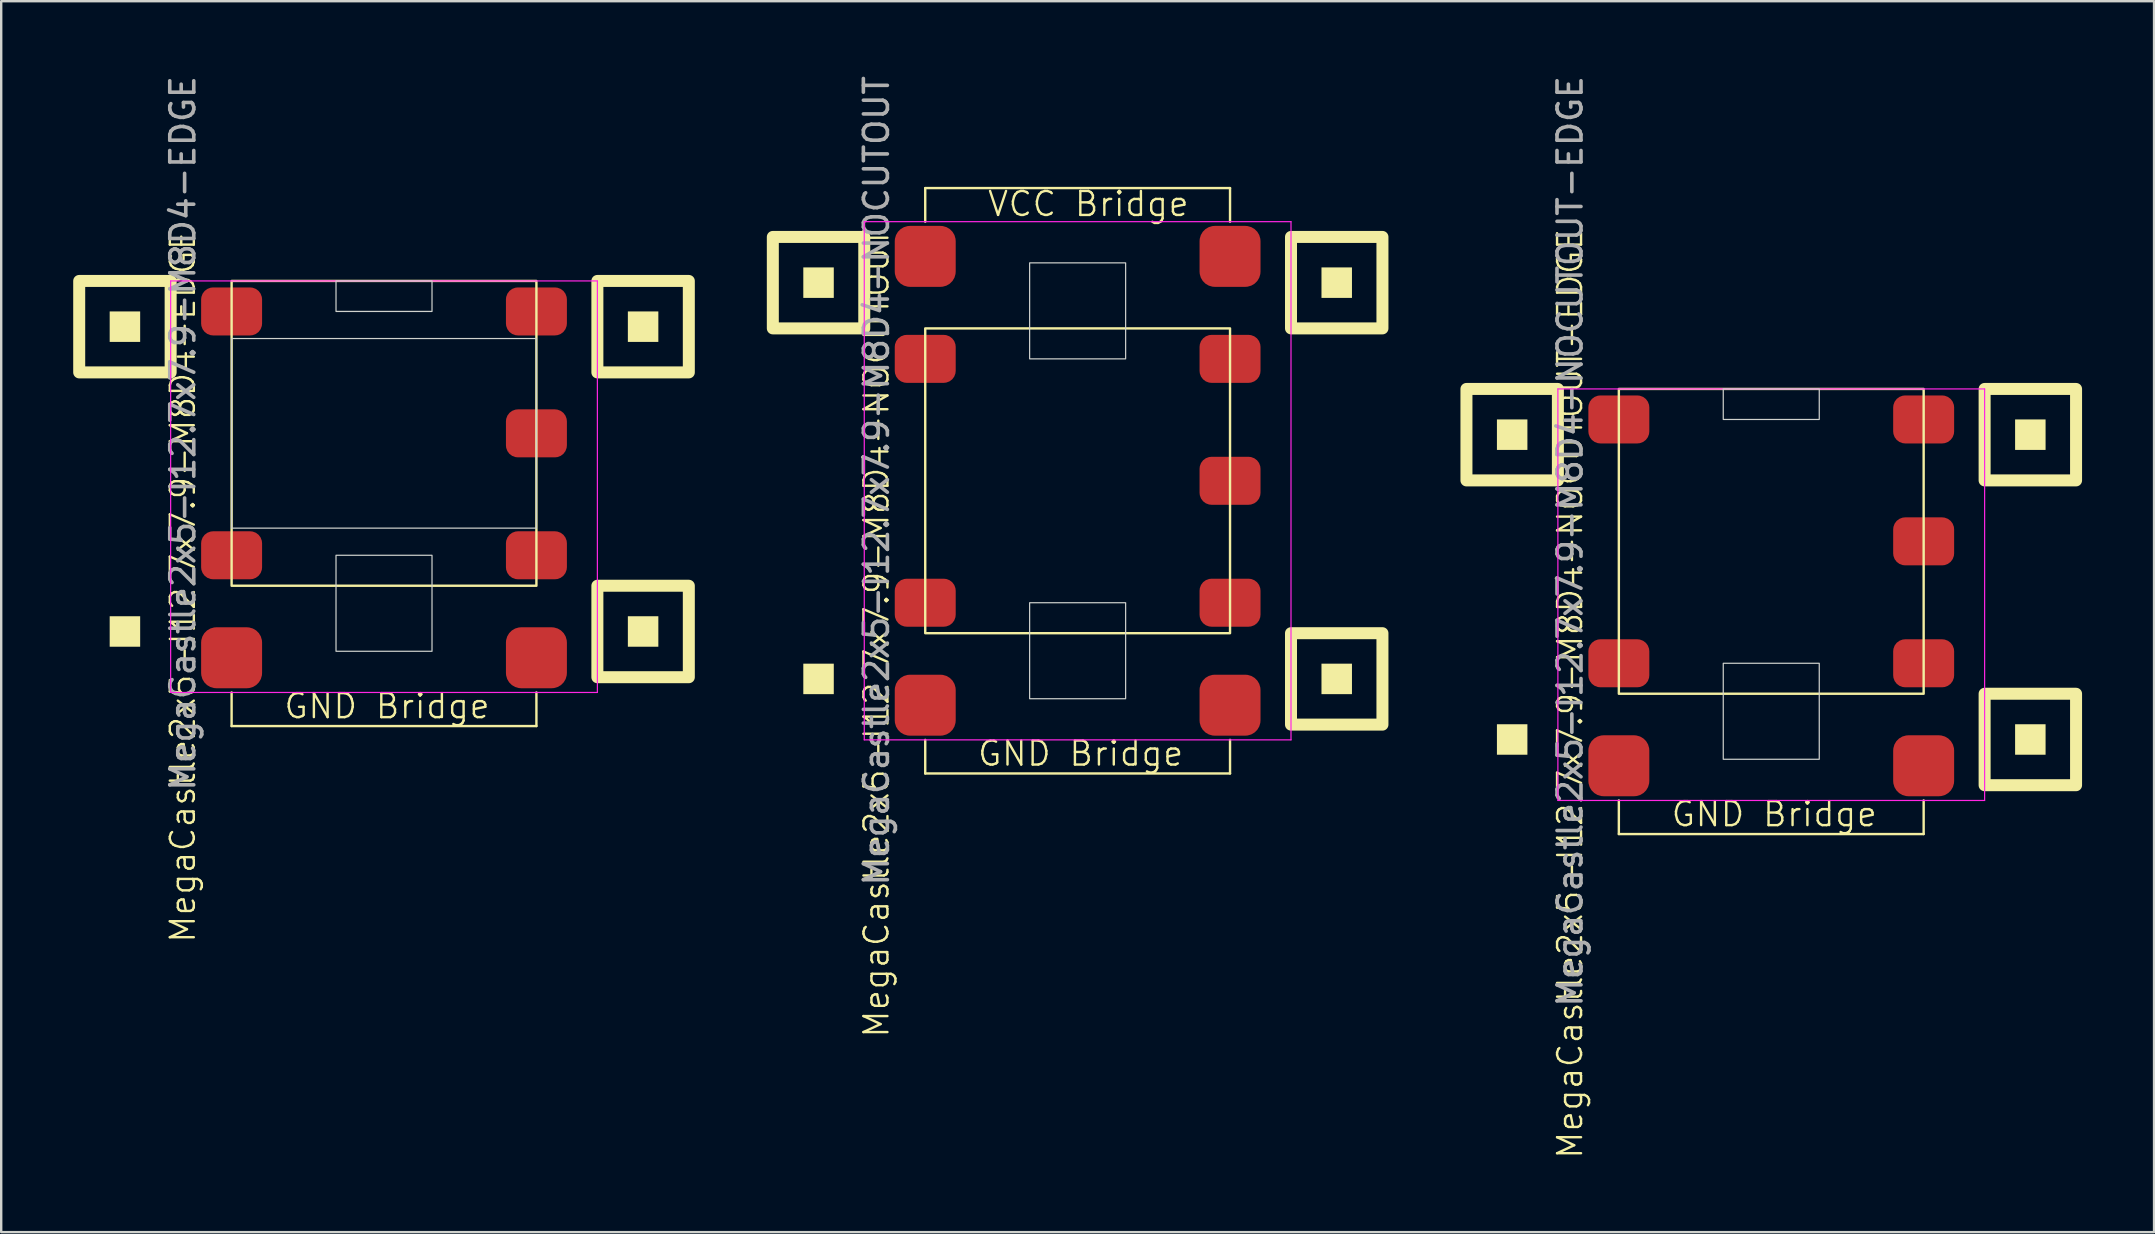
<source format=kicad_pcb>
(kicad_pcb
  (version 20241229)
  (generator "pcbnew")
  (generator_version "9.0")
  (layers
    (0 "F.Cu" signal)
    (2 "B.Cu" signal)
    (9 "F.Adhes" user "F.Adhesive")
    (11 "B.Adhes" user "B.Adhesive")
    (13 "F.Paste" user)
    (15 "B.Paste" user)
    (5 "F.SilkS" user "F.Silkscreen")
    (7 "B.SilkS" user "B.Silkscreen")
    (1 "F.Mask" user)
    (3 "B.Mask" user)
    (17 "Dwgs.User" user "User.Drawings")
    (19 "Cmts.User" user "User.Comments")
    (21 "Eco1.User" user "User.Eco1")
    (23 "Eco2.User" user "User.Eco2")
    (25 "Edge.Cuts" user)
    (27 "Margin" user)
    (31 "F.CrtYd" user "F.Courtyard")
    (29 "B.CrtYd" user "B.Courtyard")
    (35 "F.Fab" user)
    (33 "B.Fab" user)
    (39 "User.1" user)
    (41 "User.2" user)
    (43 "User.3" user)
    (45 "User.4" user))
  (footprint "MegaCastle2x5-I12.7x7.9-M8D4-NOCUTOUT-EDGE"
    (layer "F.Cu")
    (at 70.75 19.506)
    (property "Reference" "MegaCastle2x5-I12.7x7.9-M8D4-NOCUTOUT-EDGE" (at -8.382 6.35 90) (unlocked yes) (layer "F.SilkS") (effects (font (size 1 1) (thickness 0.1))))
    (attr smd)
    (fp_line (start -6.35 10.795) (end -6.35 12.195) (stroke (width 0.1) (type default)) (layer "F.SilkS"))
    (fp_line (start -6.35 12.195) (end 6.35 12.195) (stroke (width 0.1) (type default)) (layer "F.SilkS"))
    (fp_line (start 6.35 10.795) (end 6.35 12.195) (stroke (width 0.1) (type default)) (layer "F.SilkS"))
    (fp_rect (start -10.16 -3.81) (end -11.43 -5.08) (stroke (width 0) (type solid)) (fill yes) (layer "F.SilkS"))
    (fp_rect (start -10.16 8.89) (end -11.43 7.62) (stroke (width 0) (type solid)) (fill yes) (layer "F.SilkS"))
    (fp_rect (start -8.89 -2.54) (end -12.7 -6.35) (stroke (width 0.5) (type default)) (fill no) (layer "F.SilkS"))
    (fp_rect (start -6.35 -6.35) (end 6.35 6.35) (stroke (width 0.1) (type default)) (fill no) (layer "F.SilkS"))
    (fp_rect (start 11.43 -3.81) (end 10.16 -5.08) (stroke (width 0) (type solid)) (fill yes) (layer "F.SilkS"))
    (fp_rect (start 11.43 8.89) (end 10.16 7.62) (stroke (width 0) (type solid)) (fill yes) (layer "F.SilkS"))
    (fp_rect (start 12.7 -2.54) (end 8.89 -6.35) (stroke (width 0.5) (type default)) (fill no) (layer "F.SilkS"))
    (fp_rect (start 12.7 10.16) (end 8.89 6.35) (stroke (width 0.5) (type default)) (fill no) (layer "F.SilkS"))
    (fp_rect (start -2 -5.08) (end 2 -6.35) (stroke (width 0.05) (type default)) (fill no) (layer "Edge.Cuts"))
    (fp_rect (start -2 5.08) (end 2 9.08) (stroke (width 0.05) (type default)) (fill no) (layer "Edge.Cuts"))
    (fp_line (start -8.89 -6.35) (end -8.89 10.795) (stroke (width 0.05) (type default)) (layer "F.CrtYd"))
    (fp_line (start -8.89 10.795) (end 8.89 10.795) (stroke (width 0.05) (type default)) (layer "F.CrtYd"))
    (fp_line (start 8.89 -6.35) (end -8.89 -6.35) (stroke (width 0.05) (type default)) (layer "F.CrtYd"))
    (fp_line (start 8.89 -6.35) (end 8.89 10.795) (stroke (width 0.05) (type default)) (layer "F.CrtYd"))
    (fp_text user "GND Bridge" (at -4.226 11.95 0) (unlocked yes) (layer "F.SilkS") (effects (font (size 1 1) (thickness 0.1)) (justify left bottom)))
    (fp_text user "${REFERENCE}" (at -8.382 0 90) (unlocked yes) (layer "F.Fab") (effects (font (size 1 1) (thickness 0.15))))
    (pad "1" smd roundrect (at -6.35 -5.08) (size 2.54 2) (layers "F.Cu" "F.Mask" "F.Paste") (roundrect_rratio 0.25))
    (pad "5" smd roundrect (at -6.35 5.08) (size 2.54 2) (layers "F.Cu" "F.Mask" "F.Paste") (roundrect_rratio 0.25))
    (pad "6" smd roundrect (at 6.35 -5.08) (size 2.54 2) (layers "F.Cu" "F.Mask" "F.Paste") (roundrect_rratio 0.25))
    (pad "8" smd roundrect (at 6.35 0) (size 2.54 2) (layers "F.Cu" "F.Mask" "F.Paste") (roundrect_rratio 0.25))
    (pad "10" smd roundrect (at 6.35 5.08) (size 2.54 2) (layers "F.Cu" "F.Mask" "F.Paste") (roundrect_rratio 0.25))
    (pad "B1" smd roundrect (at -6.35 9.35) (size 2.54 2.54) (layers "F.Cu" "F.Mask" "F.Paste") (roundrect_rratio 0.25))
    (pad "B2" smd roundrect (at 6.35 9.35) (size 2.54 2.54) (layers "F.Cu" "F.Mask" "F.Paste") (roundrect_rratio 0.25)))
  (footprint "MegaCastle2x5-I12.7x7.9-M8D4-EDGE"
    (layer "F.Cu")
    (at 12.95 15.006)
    (property "Reference" "MegaCastle2x5-I12.7x7.9-M8D4-EDGE" (at -8.382 6.35 90) (unlocked yes) (layer "F.SilkS") (effects (font (size 1 1) (thickness 0.1))))
    (attr smd)
    (fp_line (start -6.35 10.795) (end -6.35 12.195) (stroke (width 0.1) (type default)) (layer "F.SilkS"))
    (fp_line (start -6.35 12.195) (end 6.35 12.195) (stroke (width 0.1) (type default)) (layer "F.SilkS"))
    (fp_line (start 6.35 10.795) (end 6.35 12.195) (stroke (width 0.1) (type default)) (layer "F.SilkS"))
    (fp_rect (start -10.16 -3.81) (end -11.43 -5.08) (stroke (width 0) (type solid)) (fill yes) (layer "F.SilkS"))
    (fp_rect (start -10.16 8.89) (end -11.43 7.62) (stroke (width 0) (type solid)) (fill yes) (layer "F.SilkS"))
    (fp_rect (start -8.89 -2.54) (end -12.7 -6.35) (stroke (width 0.5) (type default)) (fill no) (layer "F.SilkS"))
    (fp_rect (start -6.35 -6.35) (end 6.35 6.35) (stroke (width 0.1) (type default)) (fill no) (layer "F.SilkS"))
    (fp_rect (start 11.43 -3.81) (end 10.16 -5.08) (stroke (width 0) (type solid)) (fill yes) (layer "F.SilkS"))
    (fp_rect (start 11.43 8.89) (end 10.16 7.62) (stroke (width 0) (type solid)) (fill yes) (layer "F.SilkS"))
    (fp_rect (start 12.7 -2.54) (end 8.89 -6.35) (stroke (width 0.5) (type default)) (fill no) (layer "F.SilkS"))
    (fp_rect (start 12.7 10.16) (end 8.89 6.35) (stroke (width 0.5) (type default)) (fill no) (layer "F.SilkS"))
    (fp_rect (start -6.35 -3.95) (end 6.35 3.95) (stroke (width 0.05) (type default)) (fill no) (layer "Edge.Cuts"))
    (fp_rect (start -2 -5.08) (end 2 -6.35) (stroke (width 0.05) (type default)) (fill no) (layer "Edge.Cuts"))
    (fp_rect (start -2 5.08) (end 2 9.08) (stroke (width 0.05) (type default)) (fill no) (layer "Edge.Cuts"))
    (fp_line (start -8.89 -6.35) (end -8.89 10.795) (stroke (width 0.05) (type default)) (layer "F.CrtYd"))
    (fp_line (start -8.89 10.795) (end 8.89 10.795) (stroke (width 0.05) (type default)) (layer "F.CrtYd"))
    (fp_line (start 8.89 -6.35) (end -8.89 -6.35) (stroke (width 0.05) (type default)) (layer "F.CrtYd"))
    (fp_line (start 8.89 -6.35) (end 8.89 10.795) (stroke (width 0.05) (type default)) (layer "F.CrtYd"))
    (fp_text user "GND Bridge" (at -4.226 11.95 0) (unlocked yes) (layer "F.SilkS") (effects (font (size 1 1) (thickness 0.1)) (justify left bottom)))
    (fp_text user "${REFERENCE}" (at -8.382 0 90) (unlocked yes) (layer "F.Fab") (effects (font (size 1 1) (thickness 0.15))))
    (pad "1" smd roundrect (at -6.35 -5.08) (size 2.54 2) (layers "F.Cu" "F.Mask" "F.Paste") (roundrect_rratio 0.25))
    (pad "5" smd roundrect (at -6.35 5.08) (size 2.54 2) (layers "F.Cu" "F.Mask" "F.Paste") (roundrect_rratio 0.25))
    (pad "6" smd roundrect (at 6.35 -5.08) (size 2.54 2) (layers "F.Cu" "F.Mask" "F.Paste") (roundrect_rratio 0.25))
    (pad "8" smd roundrect (at 6.35 0) (size 2.54 2) (layers "F.Cu" "F.Mask" "F.Paste") (roundrect_rratio 0.25))
    (pad "10" smd roundrect (at 6.35 5.08) (size 2.54 2) (layers "F.Cu" "F.Mask" "F.Paste") (roundrect_rratio 0.25))
    (pad "B1" smd roundrect (at -6.35 9.35) (size 2.54 2.54) (layers "F.Cu" "F.Mask" "F.Paste") (roundrect_rratio 0.25))
    (pad "B2" smd roundrect (at 6.35 9.35) (size 2.54 2.54) (layers "F.Cu" "F.Mask" "F.Paste") (roundrect_rratio 0.25)))
  (footprint "MegaCastle2x5-I12.7x7.9-M8D4-NOCUTOUT"
    (layer "F.Cu")
    (at 41.85 16.982)
    (property "Reference" "MegaCastle2x5-I12.7x7.9-M8D4-NOCUTOUT" (at -8.382 6.35 90) (unlocked yes) (layer "F.SilkS") (effects (font (size 1 1) (thickness 0.1))))
    (attr smd)
    (fp_line (start -6.35 -12.195) (end 6.35 -12.195) (stroke (width 0.1) (type default)) (layer "F.SilkS"))
    (fp_line (start -6.35 -10.795) (end -6.35 -12.195) (stroke (width 0.1) (type default)) (layer "F.SilkS"))
    (fp_line (start -6.35 10.795) (end -6.35 12.195) (stroke (width 0.1) (type default)) (layer "F.SilkS"))
    (fp_line (start -6.35 12.195) (end 6.35 12.195) (stroke (width 0.1) (type default)) (layer "F.SilkS"))
    (fp_line (start 6.35 -10.795) (end 6.35 -12.195) (stroke (width 0.1) (type default)) (layer "F.SilkS"))
    (fp_line (start 6.35 10.795) (end 6.35 12.195) (stroke (width 0.1) (type default)) (layer "F.SilkS"))
    (fp_rect (start -10.16 -7.62) (end -11.43 -8.89) (stroke (width 0) (type solid)) (fill yes) (layer "F.SilkS"))
    (fp_rect (start -10.16 8.89) (end -11.43 7.62) (stroke (width 0) (type solid)) (fill yes) (layer "F.SilkS"))
    (fp_rect (start -8.89 -6.35) (end -12.7 -10.16) (stroke (width 0.5) (type default)) (fill no) (layer "F.SilkS"))
    (fp_rect (start -6.35 -6.35) (end 6.35 6.35) (stroke (width 0.1) (type default)) (fill no) (layer "F.SilkS"))
    (fp_rect (start 11.43 -7.62) (end 10.16 -8.89) (stroke (width 0) (type solid)) (fill yes) (layer "F.SilkS"))
    (fp_rect (start 11.43 8.89) (end 10.16 7.62) (stroke (width 0) (type solid)) (fill yes) (layer "F.SilkS"))
    (fp_rect (start 12.7 -6.35) (end 8.89 -10.16) (stroke (width 0.5) (type default)) (fill no) (layer "F.SilkS"))
    (fp_rect (start 12.7 10.16) (end 8.89 6.35) (stroke (width 0.5) (type default)) (fill no) (layer "F.SilkS"))
    (fp_rect (start -2 -5.08) (end 2 -9.08) (stroke (width 0.05) (type default)) (fill no) (layer "Edge.Cuts"))
    (fp_rect (start -2 5.08) (end 2 9.08) (stroke (width 0.05) (type default)) (fill no) (layer "Edge.Cuts"))
    (fp_line (start -8.89 -10.795) (end -8.89 10.795) (stroke (width 0.05) (type default)) (layer "F.CrtYd"))
    (fp_line (start -8.89 10.795) (end 8.89 10.795) (stroke (width 0.05) (type default)) (layer "F.CrtYd"))
    (fp_line (start 8.89 -10.795) (end -8.89 -10.795) (stroke (width 0.05) (type default)) (layer "F.CrtYd"))
    (fp_line (start 8.89 -10.795) (end 8.89 10.795) (stroke (width 0.05) (type default)) (layer "F.CrtYd"))
    (fp_text user "GND Bridge" (at -4.226 11.95 0) (unlocked yes) (layer "F.SilkS") (effects (font (size 1 1) (thickness 0.1)) (justify left bottom)))
    (fp_text user "VCC Bridge" (at -3.81 -10.95 0) (unlocked yes) (layer "F.SilkS") (effects (font (size 1 1) (thickness 0.1)) (justify left bottom)))
    (fp_text user "${REFERENCE}" (at -8.382 0 90) (unlocked yes) (layer "F.Fab") (effects (font (size 1 1) (thickness 0.15))))
    (pad "1" smd roundrect (at -6.35 -5.08) (size 2.54 2) (layers "F.Cu" "F.Mask" "F.Paste") (roundrect_rratio 0.25))
    (pad "5" smd roundrect (at -6.35 5.08) (size 2.54 2) (layers "F.Cu" "F.Mask" "F.Paste") (roundrect_rratio 0.25))
    (pad "6" smd roundrect (at 6.35 -5.08) (size 2.54 2) (layers "F.Cu" "F.Mask" "F.Paste") (roundrect_rratio 0.25))
    (pad "8" smd roundrect (at 6.35 0) (size 2.54 2) (layers "F.Cu" "F.Mask" "F.Paste") (roundrect_rratio 0.25))
    (pad "10" smd roundrect (at 6.35 5.08) (size 2.54 2) (layers "F.Cu" "F.Mask" "F.Paste") (roundrect_rratio 0.25))
    (pad "A1" smd roundrect (at -6.35 -9.35) (size 2.54 2.54) (layers "F.Cu" "F.Mask" "F.Paste") (roundrect_rratio 0.25))
    (pad "A2" smd roundrect (at 6.35 -9.35) (size 2.54 2.54) (layers "F.Cu" "F.Mask" "F.Paste") (roundrect_rratio 0.25))
    (pad "B1" smd roundrect (at -6.35 9.35) (size 2.54 2.54) (layers "F.Cu" "F.Mask" "F.Paste") (roundrect_rratio 0.25))
    (pad "B2" smd roundrect (at 6.35 9.35) (size 2.54 2.54) (layers "F.Cu" "F.Mask" "F.Paste") (roundrect_rratio 0.25)))
  (gr_rect
    (start -3 -3)
    (end 86.7 48.287)
    (stroke (width 0.1) (type default))
    (fill no)
    (layer "Edge.Cuts")))
</source>
